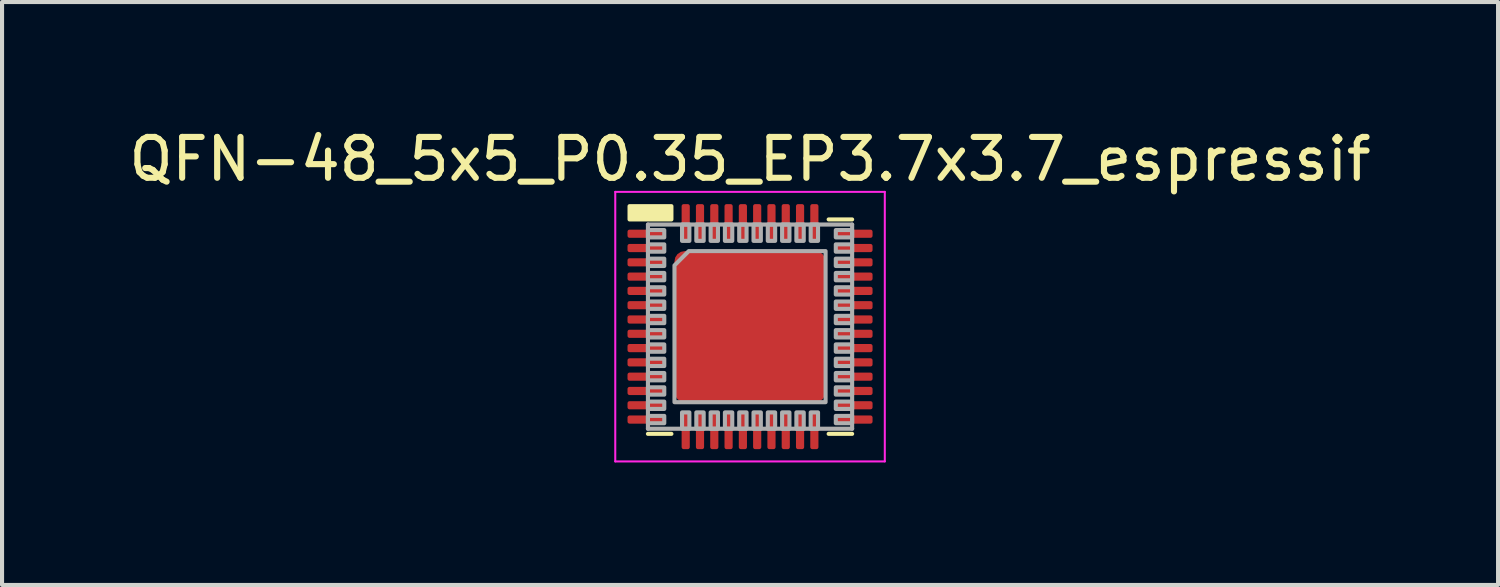
<source format=kicad_pcb>
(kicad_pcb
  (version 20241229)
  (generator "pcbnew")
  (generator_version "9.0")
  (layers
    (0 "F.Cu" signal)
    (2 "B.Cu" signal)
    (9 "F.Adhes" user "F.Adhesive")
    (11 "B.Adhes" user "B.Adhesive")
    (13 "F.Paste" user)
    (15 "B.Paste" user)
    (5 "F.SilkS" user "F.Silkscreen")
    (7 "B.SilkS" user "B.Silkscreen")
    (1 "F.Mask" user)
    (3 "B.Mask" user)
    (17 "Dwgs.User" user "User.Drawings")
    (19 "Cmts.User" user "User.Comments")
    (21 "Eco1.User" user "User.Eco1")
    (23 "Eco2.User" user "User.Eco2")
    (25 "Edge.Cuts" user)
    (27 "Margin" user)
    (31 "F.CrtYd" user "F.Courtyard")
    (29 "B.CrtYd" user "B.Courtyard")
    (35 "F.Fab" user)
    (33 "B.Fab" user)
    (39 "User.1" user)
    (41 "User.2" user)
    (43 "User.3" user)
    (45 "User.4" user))
  (footprint "QFN-48_5x5_P0.35_EP3.7x3.7_espressif"
    (layer "F.Cu")
    (at 15.315 4.948)
    (property "Reference" "QFN-48_5x5_P0.35_EP3.7x3.7_espressif" (at 0 -4.1 0) (layer "F.SilkS") (effects (font (size 1 1) (thickness 0.15))))
    (attr smd)
    (fp_line (start -1.925 2.625) (end -2.5 2.625) (stroke (width 0.1) (type solid)) (layer "F.SilkS"))
    (fp_line (start 2.5 -2.625) (end 1.925 -2.625) (stroke (width 0.1) (type solid)) (layer "F.SilkS"))
    (fp_line (start 2.5 2.625) (end 1.925 2.625) (stroke (width 0.1) (type solid)) (layer "F.SilkS"))
    (fp_poly (pts (xy -1.925 -2.625) (xy -2.95 -2.625) (xy -2.95 -2.95) (xy -1.925 -2.95)) (stroke (width 0.1) (type solid)) (fill yes) (layer "F.SilkS"))
    (fp_line (start -3.3 -3.3) (end -3.3 3.3) (stroke (width 0.05) (type solid)) (layer "F.CrtYd"))
    (fp_line (start -3.3 3.3) (end 3.3 3.3) (stroke (width 0.05) (type solid)) (layer "F.CrtYd"))
    (fp_line (start 3.3 -3.3) (end -3.3 -3.3) (stroke (width 0.05) (type solid)) (layer "F.CrtYd"))
    (fp_line (start 3.3 3.3) (end 3.3 -3.3) (stroke (width 0.05) (type solid)) (layer "F.CrtYd"))
    (fp_line (start -2.5 -2.5) (end 2.5 -2.5) (stroke (width 0.1) (type solid)) (layer "F.Fab"))
    (fp_line (start -2.5 2.5) (end -2.5 -2.5) (stroke (width 0.1) (type solid)) (layer "F.Fab"))
    (fp_line (start 2.5 -2.5) (end 2.5 2.5) (stroke (width 0.1) (type solid)) (layer "F.Fab"))
    (fp_line (start 2.5 2.5) (end -2.5 2.5) (stroke (width 0.1) (type solid)) (layer "F.Fab"))
    (fp_poly (pts (xy -2.1 -2.185) (xy -2.5 -2.185) (xy -2.5 -2.365) (xy -2.1 -2.365)) (stroke (width 0.1) (type solid)) (fill no) (layer "F.Fab"))
    (fp_poly (pts (xy -2.1 -1.835) (xy -2.5 -1.835) (xy -2.5 -2.015) (xy -2.1 -2.015)) (stroke (width 0.1) (type solid)) (fill no) (layer "F.Fab"))
    (fp_poly (pts (xy -2.1 -1.485) (xy -2.5 -1.485) (xy -2.5 -1.665) (xy -2.1 -1.665)) (stroke (width 0.1) (type solid)) (fill no) (layer "F.Fab"))
    (fp_poly (pts (xy -2.1 -1.135) (xy -2.5 -1.135) (xy -2.5 -1.315) (xy -2.1 -1.315)) (stroke (width 0.1) (type solid)) (fill no) (layer "F.Fab"))
    (fp_poly (pts (xy -2.1 -0.785) (xy -2.5 -0.785) (xy -2.5 -0.965) (xy -2.1 -0.965)) (stroke (width 0.1) (type solid)) (fill no) (layer "F.Fab"))
    (fp_poly (pts (xy -2.1 -0.435) (xy -2.5 -0.435) (xy -2.5 -0.615) (xy -2.1 -0.615)) (stroke (width 0.1) (type solid)) (fill no) (layer "F.Fab"))
    (fp_poly (pts (xy -2.1 -0.085) (xy -2.5 -0.085) (xy -2.5 -0.265) (xy -2.1 -0.265)) (stroke (width 0.1) (type solid)) (fill no) (layer "F.Fab"))
    (fp_poly (pts (xy -2.1 0.265) (xy -2.5 0.265) (xy -2.5 0.085) (xy -2.1 0.085)) (stroke (width 0.1) (type solid)) (fill no) (layer "F.Fab"))
    (fp_poly (pts (xy -2.1 0.615) (xy -2.5 0.615) (xy -2.5 0.435) (xy -2.1 0.435)) (stroke (width 0.1) (type solid)) (fill no) (layer "F.Fab"))
    (fp_poly (pts (xy -2.1 0.965) (xy -2.5 0.965) (xy -2.5 0.785) (xy -2.1 0.785)) (stroke (width 0.1) (type solid)) (fill no) (layer "F.Fab"))
    (fp_poly (pts (xy -2.1 1.315) (xy -2.5 1.315) (xy -2.5 1.135) (xy -2.1 1.135)) (stroke (width 0.1) (type solid)) (fill no) (layer "F.Fab"))
    (fp_poly (pts (xy -2.1 1.665) (xy -2.5 1.665) (xy -2.5 1.485) (xy -2.1 1.485)) (stroke (width 0.1) (type solid)) (fill no) (layer "F.Fab"))
    (fp_poly (pts (xy -2.1 2.015) (xy -2.5 2.015) (xy -2.5 1.835) (xy -2.1 1.835)) (stroke (width 0.1) (type solid)) (fill no) (layer "F.Fab"))
    (fp_poly (pts (xy -2.1 2.365) (xy -2.5 2.365) (xy -2.5 2.185) (xy -2.1 2.185)) (stroke (width 0.1) (type solid)) (fill no) (layer "F.Fab"))
    (fp_poly (pts (xy -1.665 -2.1) (xy -1.665 -2.5) (xy -1.485 -2.5) (xy -1.485 -2.1)) (stroke (width 0.1) (type solid)) (fill no) (layer "F.Fab"))
    (fp_poly (pts (xy -1.485 2.1) (xy -1.485 2.5) (xy -1.665 2.5) (xy -1.665 2.1)) (stroke (width 0.1) (type solid)) (fill no) (layer "F.Fab"))
    (fp_poly (pts (xy -1.315 -2.1) (xy -1.315 -2.5) (xy -1.135 -2.5) (xy -1.135 -2.1)) (stroke (width 0.1) (type solid)) (fill no) (layer "F.Fab"))
    (fp_poly (pts (xy -1.135 2.1) (xy -1.135 2.5) (xy -1.315 2.5) (xy -1.315 2.1)) (stroke (width 0.1) (type solid)) (fill no) (layer "F.Fab"))
    (fp_poly (pts (xy -0.965 -2.1) (xy -0.965 -2.5) (xy -0.785 -2.5) (xy -0.785 -2.1)) (stroke (width 0.1) (type solid)) (fill no) (layer "F.Fab"))
    (fp_poly (pts (xy -0.785 2.1) (xy -0.785 2.5) (xy -0.965 2.5) (xy -0.965 2.1)) (stroke (width 0.1) (type solid)) (fill no) (layer "F.Fab"))
    (fp_poly (pts (xy -0.615 -2.1) (xy -0.615 -2.5) (xy -0.435 -2.5) (xy -0.435 -2.1)) (stroke (width 0.1) (type solid)) (fill no) (layer "F.Fab"))
    (fp_poly (pts (xy -0.435 2.1) (xy -0.435 2.5) (xy -0.615 2.5) (xy -0.615 2.1)) (stroke (width 0.1) (type solid)) (fill no) (layer "F.Fab"))
    (fp_poly (pts (xy -0.265 -2.1) (xy -0.265 -2.5) (xy -0.085 -2.5) (xy -0.085 -2.1)) (stroke (width 0.1) (type solid)) (fill no) (layer "F.Fab"))
    (fp_poly (pts (xy -0.085 2.1) (xy -0.085 2.5) (xy -0.265 2.5) (xy -0.265 2.1)) (stroke (width 0.1) (type solid)) (fill no) (layer "F.Fab"))
    (fp_poly (pts (xy 0.085 -2.1) (xy 0.085 -2.5) (xy 0.265 -2.5) (xy 0.265 -2.1)) (stroke (width 0.1) (type solid)) (fill no) (layer "F.Fab"))
    (fp_poly (pts (xy 0.265 2.1) (xy 0.265 2.5) (xy 0.085 2.5) (xy 0.085 2.1)) (stroke (width 0.1) (type solid)) (fill no) (layer "F.Fab"))
    (fp_poly (pts (xy 0.435 -2.1) (xy 0.435 -2.5) (xy 0.615 -2.5) (xy 0.615 -2.1)) (stroke (width 0.1) (type solid)) (fill no) (layer "F.Fab"))
    (fp_poly (pts (xy 0.615 2.1) (xy 0.615 2.5) (xy 0.435 2.5) (xy 0.435 2.1)) (stroke (width 0.1) (type solid)) (fill no) (layer "F.Fab"))
    (fp_poly (pts (xy 0.785 -2.1) (xy 0.785 -2.5) (xy 0.965 -2.5) (xy 0.965 -2.1)) (stroke (width 0.1) (type solid)) (fill no) (layer "F.Fab"))
    (fp_poly (pts (xy 0.965 2.1) (xy 0.965 2.5) (xy 0.785 2.5) (xy 0.785 2.1)) (stroke (width 0.1) (type solid)) (fill no) (layer "F.Fab"))
    (fp_poly (pts (xy 1.135 -2.1) (xy 1.135 -2.5) (xy 1.315 -2.5) (xy 1.315 -2.1)) (stroke (width 0.1) (type solid)) (fill no) (layer "F.Fab"))
    (fp_poly (pts (xy 1.315 2.1) (xy 1.315 2.5) (xy 1.135 2.5) (xy 1.135 2.1)) (stroke (width 0.1) (type solid)) (fill no) (layer "F.Fab"))
    (fp_poly (pts (xy 1.485 -2.1) (xy 1.485 -2.5) (xy 1.665 -2.5) (xy 1.665 -2.1)) (stroke (width 0.1) (type solid)) (fill no) (layer "F.Fab"))
    (fp_poly (pts (xy 1.665 2.1) (xy 1.665 2.5) (xy 1.485 2.5) (xy 1.485 2.1)) (stroke (width 0.1) (type solid)) (fill no) (layer "F.Fab"))
    (fp_poly (pts (xy 2.1 -2.365) (xy 2.5 -2.365) (xy 2.5 -2.185) (xy 2.1 -2.185)) (stroke (width 0.1) (type solid)) (fill no) (layer "F.Fab"))
    (fp_poly (pts (xy 2.1 -2.015) (xy 2.5 -2.015) (xy 2.5 -1.835) (xy 2.1 -1.835)) (stroke (width 0.1) (type solid)) (fill no) (layer "F.Fab"))
    (fp_poly (pts (xy 2.1 -1.665) (xy 2.5 -1.665) (xy 2.5 -1.485) (xy 2.1 -1.485)) (stroke (width 0.1) (type solid)) (fill no) (layer "F.Fab"))
    (fp_poly (pts (xy 2.1 -1.315) (xy 2.5 -1.315) (xy 2.5 -1.135) (xy 2.1 -1.135)) (stroke (width 0.1) (type solid)) (fill no) (layer "F.Fab"))
    (fp_poly (pts (xy 2.1 -0.965) (xy 2.5 -0.965) (xy 2.5 -0.785) (xy 2.1 -0.785)) (stroke (width 0.1) (type solid)) (fill no) (layer "F.Fab"))
    (fp_poly (pts (xy 2.1 -0.615) (xy 2.5 -0.615) (xy 2.5 -0.435) (xy 2.1 -0.435)) (stroke (width 0.1) (type solid)) (fill no) (layer "F.Fab"))
    (fp_poly (pts (xy 2.1 -0.265) (xy 2.5 -0.265) (xy 2.5 -0.085) (xy 2.1 -0.085)) (stroke (width 0.1) (type solid)) (fill no) (layer "F.Fab"))
    (fp_poly (pts (xy 2.1 0.085) (xy 2.5 0.085) (xy 2.5 0.265) (xy 2.1 0.265)) (stroke (width 0.1) (type solid)) (fill no) (layer "F.Fab"))
    (fp_poly (pts (xy 2.1 0.435) (xy 2.5 0.435) (xy 2.5 0.615) (xy 2.1 0.615)) (stroke (width 0.1) (type solid)) (fill no) (layer "F.Fab"))
    (fp_poly (pts (xy 2.1 0.785) (xy 2.5 0.785) (xy 2.5 0.965) (xy 2.1 0.965)) (stroke (width 0.1) (type solid)) (fill no) (layer "F.Fab"))
    (fp_poly (pts (xy 2.1 1.135) (xy 2.5 1.135) (xy 2.5 1.315) (xy 2.1 1.315)) (stroke (width 0.1) (type solid)) (fill no) (layer "F.Fab"))
    (fp_poly (pts (xy 2.1 1.485) (xy 2.5 1.485) (xy 2.5 1.665) (xy 2.1 1.665)) (stroke (width 0.1) (type solid)) (fill no) (layer "F.Fab"))
    (fp_poly (pts (xy 2.1 1.835) (xy 2.5 1.835) (xy 2.5 2.015) (xy 2.1 2.015)) (stroke (width 0.1) (type solid)) (fill no) (layer "F.Fab"))
    (fp_poly (pts (xy 2.1 2.185) (xy 2.5 2.185) (xy 2.5 2.365) (xy 2.1 2.365)) (stroke (width 0.1) (type solid)) (fill no) (layer "F.Fab"))
    (fp_poly (pts (xy 1.85 1.85) (xy -1.85 1.85) (xy -1.85 -1.5) (xy -1.5 -1.85) (xy 1.85 -1.85)) (stroke (width 0.1) (type solid)) (fill no) (layer "F.Fab"))
    (pad "" smd roundrect (at -0.925 -0.925) (size 1.31 1.31) (layers "F.Paste") (roundrect_rratio 0.076))
    (pad "" smd roundrect (at -0.925 0.925) (size 1.31 1.31) (layers "F.Paste") (roundrect_rratio 0.076))
    (pad "" smd roundrect (at 0.925 -0.925) (size 1.31 1.31) (layers "F.Paste") (roundrect_rratio 0.076))
    (pad "" smd roundrect (at 0.925 0.925) (size 1.31 1.31) (layers "F.Paste") (roundrect_rratio 0.076))
    (pad "1" smd roundrect (at -2.55 -2.275) (size 0.9 0.2) (layers "F.Cu" "F.Mask" "F.Paste") (roundrect_rratio 0.25))
    (pad "2" smd roundrect (at -2.55 -1.925) (size 0.9 0.2) (layers "F.Cu" "F.Mask" "F.Paste") (roundrect_rratio 0.25))
    (pad "3" smd roundrect (at -2.55 -1.575) (size 0.9 0.2) (layers "F.Cu" "F.Mask" "F.Paste") (roundrect_rratio 0.25))
    (pad "4" smd roundrect (at -2.55 -1.225) (size 0.9 0.2) (layers "F.Cu" "F.Mask" "F.Paste") (roundrect_rratio 0.25))
    (pad "5" smd roundrect (at -2.55 -0.875) (size 0.9 0.2) (layers "F.Cu" "F.Mask" "F.Paste") (roundrect_rratio 0.25))
    (pad "6" smd roundrect (at -2.55 -0.525) (size 0.9 0.2) (layers "F.Cu" "F.Mask" "F.Paste") (roundrect_rratio 0.25))
    (pad "7" smd roundrect (at -2.55 -0.175) (size 0.9 0.2) (layers "F.Cu" "F.Mask" "F.Paste") (roundrect_rratio 0.25))
    (pad "8" smd roundrect (at -2.55 0.175) (size 0.9 0.2) (layers "F.Cu" "F.Mask" "F.Paste") (roundrect_rratio 0.25))
    (pad "9" smd roundrect (at -2.55 0.525) (size 0.9 0.2) (layers "F.Cu" "F.Mask" "F.Paste") (roundrect_rratio 0.25))
    (pad "10" smd roundrect (at -2.55 0.875) (size 0.9 0.2) (layers "F.Cu" "F.Mask" "F.Paste") (roundrect_rratio 0.25))
    (pad "11" smd roundrect (at -2.55 1.225) (size 0.9 0.2) (layers "F.Cu" "F.Mask" "F.Paste") (roundrect_rratio 0.25))
    (pad "12" smd roundrect (at -2.55 1.575) (size 0.9 0.2) (layers "F.Cu" "F.Mask" "F.Paste") (roundrect_rratio 0.25))
    (pad "13" smd roundrect (at -2.55 1.925) (size 0.9 0.2) (layers "F.Cu" "F.Mask" "F.Paste") (roundrect_rratio 0.25))
    (pad "14" smd roundrect (at -2.55 2.275) (size 0.9 0.2) (layers "F.Cu" "F.Mask" "F.Paste") (roundrect_rratio 0.25))
    (pad "15" smd roundrect (at -1.575 2.55 90) (size 0.9 0.2) (layers "F.Cu" "F.Mask" "F.Paste") (roundrect_rratio 0.25))
    (pad "16" smd roundrect (at -1.225 2.55 90) (size 0.9 0.2) (layers "F.Cu" "F.Mask" "F.Paste") (roundrect_rratio 0.25))
    (pad "17" smd roundrect (at -0.875 2.55 90) (size 0.9 0.2) (layers "F.Cu" "F.Mask" "F.Paste") (roundrect_rratio 0.25))
    (pad "18" smd roundrect (at -0.525 2.55 90) (size 0.9 0.2) (layers "F.Cu" "F.Mask" "F.Paste") (roundrect_rratio 0.25))
    (pad "19" smd roundrect (at -0.175 2.55 90) (size 0.9 0.2) (layers "F.Cu" "F.Mask" "F.Paste") (roundrect_rratio 0.25))
    (pad "20" smd roundrect (at 0.175 2.55 90) (size 0.9 0.2) (layers "F.Cu" "F.Mask" "F.Paste") (roundrect_rratio 0.25))
    (pad "21" smd roundrect (at 0.525 2.55 90) (size 0.9 0.2) (layers "F.Cu" "F.Mask" "F.Paste") (roundrect_rratio 0.25))
    (pad "22" smd roundrect (at 0.875 2.55 90) (size 0.9 0.2) (layers "F.Cu" "F.Mask" "F.Paste") (roundrect_rratio 0.25))
    (pad "23" smd roundrect (at 1.225 2.55 90) (size 0.9 0.2) (layers "F.Cu" "F.Mask" "F.Paste") (roundrect_rratio 0.25))
    (pad "24" smd roundrect (at 1.575 2.55 90) (size 0.9 0.2) (layers "F.Cu" "F.Mask" "F.Paste") (roundrect_rratio 0.25))
    (pad "25" smd roundrect (at 2.55 2.275) (size 0.9 0.2) (layers "F.Cu" "F.Mask" "F.Paste") (roundrect_rratio 0.25))
    (pad "26" smd roundrect (at 2.55 1.925) (size 0.9 0.2) (layers "F.Cu" "F.Mask" "F.Paste") (roundrect_rratio 0.25))
    (pad "27" smd roundrect (at 2.55 1.575) (size 0.9 0.2) (layers "F.Cu" "F.Mask" "F.Paste") (roundrect_rratio 0.25))
    (pad "28" smd roundrect (at 2.55 1.225) (size 0.9 0.2) (layers "F.Cu" "F.Mask" "F.Paste") (roundrect_rratio 0.25))
    (pad "29" smd roundrect (at 2.55 0.875) (size 0.9 0.2) (layers "F.Cu" "F.Mask" "F.Paste") (roundrect_rratio 0.25))
    (pad "30" smd roundrect (at 2.55 0.525) (size 0.9 0.2) (layers "F.Cu" "F.Mask" "F.Paste") (roundrect_rratio 0.25))
    (pad "31" smd roundrect (at 2.55 0.175) (size 0.9 0.2) (layers "F.Cu" "F.Mask" "F.Paste") (roundrect_rratio 0.25))
    (pad "32" smd roundrect (at 2.55 -0.175) (size 0.9 0.2) (layers "F.Cu" "F.Mask" "F.Paste") (roundrect_rratio 0.25))
    (pad "33" smd roundrect (at 2.55 -0.525) (size 0.9 0.2) (layers "F.Cu" "F.Mask" "F.Paste") (roundrect_rratio 0.25))
    (pad "34" smd roundrect (at 2.55 -0.875) (size 0.9 0.2) (layers "F.Cu" "F.Mask" "F.Paste") (roundrect_rratio 0.25))
    (pad "35" smd roundrect (at 2.55 -1.225) (size 0.9 0.2) (layers "F.Cu" "F.Mask" "F.Paste") (roundrect_rratio 0.25))
    (pad "36" smd roundrect (at 2.55 -1.575) (size 0.9 0.2) (layers "F.Cu" "F.Mask" "F.Paste") (roundrect_rratio 0.25))
    (pad "37" smd roundrect (at 2.55 -1.925) (size 0.9 0.2) (layers "F.Cu" "F.Mask" "F.Paste") (roundrect_rratio 0.25))
    (pad "38" smd roundrect (at 2.55 -2.275) (size 0.9 0.2) (layers "F.Cu" "F.Mask" "F.Paste") (roundrect_rratio 0.25))
    (pad "39" smd roundrect (at 1.575 -2.55 90) (size 0.9 0.2) (layers "F.Cu" "F.Mask" "F.Paste") (roundrect_rratio 0.25))
    (pad "40" smd roundrect (at 1.225 -2.55 90) (size 0.9 0.2) (layers "F.Cu" "F.Mask" "F.Paste") (roundrect_rratio 0.25))
    (pad "41" smd roundrect (at 0.875 -2.55 90) (size 0.9 0.2) (layers "F.Cu" "F.Mask" "F.Paste") (roundrect_rratio 0.25))
    (pad "42" smd roundrect (at 0.525 -2.55 90) (size 0.9 0.2) (layers "F.Cu" "F.Mask" "F.Paste") (roundrect_rratio 0.25))
    (pad "43" smd roundrect (at 0.175 -2.55 90) (size 0.9 0.2) (layers "F.Cu" "F.Mask" "F.Paste") (roundrect_rratio 0.25))
    (pad "44" smd roundrect (at -0.175 -2.55 90) (size 0.9 0.2) (layers "F.Cu" "F.Mask" "F.Paste") (roundrect_rratio 0.25))
    (pad "45" smd roundrect (at -0.525 -2.55 90) (size 0.9 0.2) (layers "F.Cu" "F.Mask" "F.Paste") (roundrect_rratio 0.25))
    (pad "46" smd roundrect (at -0.875 -2.55 90) (size 0.9 0.2) (layers "F.Cu" "F.Mask" "F.Paste") (roundrect_rratio 0.25))
    (pad "47" smd roundrect (at -1.225 -2.55 90) (size 0.9 0.2) (layers "F.Cu" "F.Mask" "F.Paste") (roundrect_rratio 0.25))
    (pad "48" smd roundrect (at -1.575 -2.55 90) (size 0.9 0.2) (layers "F.Cu" "F.Mask" "F.Paste") (roundrect_rratio 0.25))
    (pad "49" smd roundrect (at 0 0) (size 3.7 3.7) (layers "F.Cu" "F.Mask") (roundrect_rratio 0.068)))
  (gr_rect
    (start -3 -3)
    (end 33.631 11.273)
    (stroke (width 0.1) (type default))
    (fill no)
    (layer "Edge.Cuts")))
</source>
